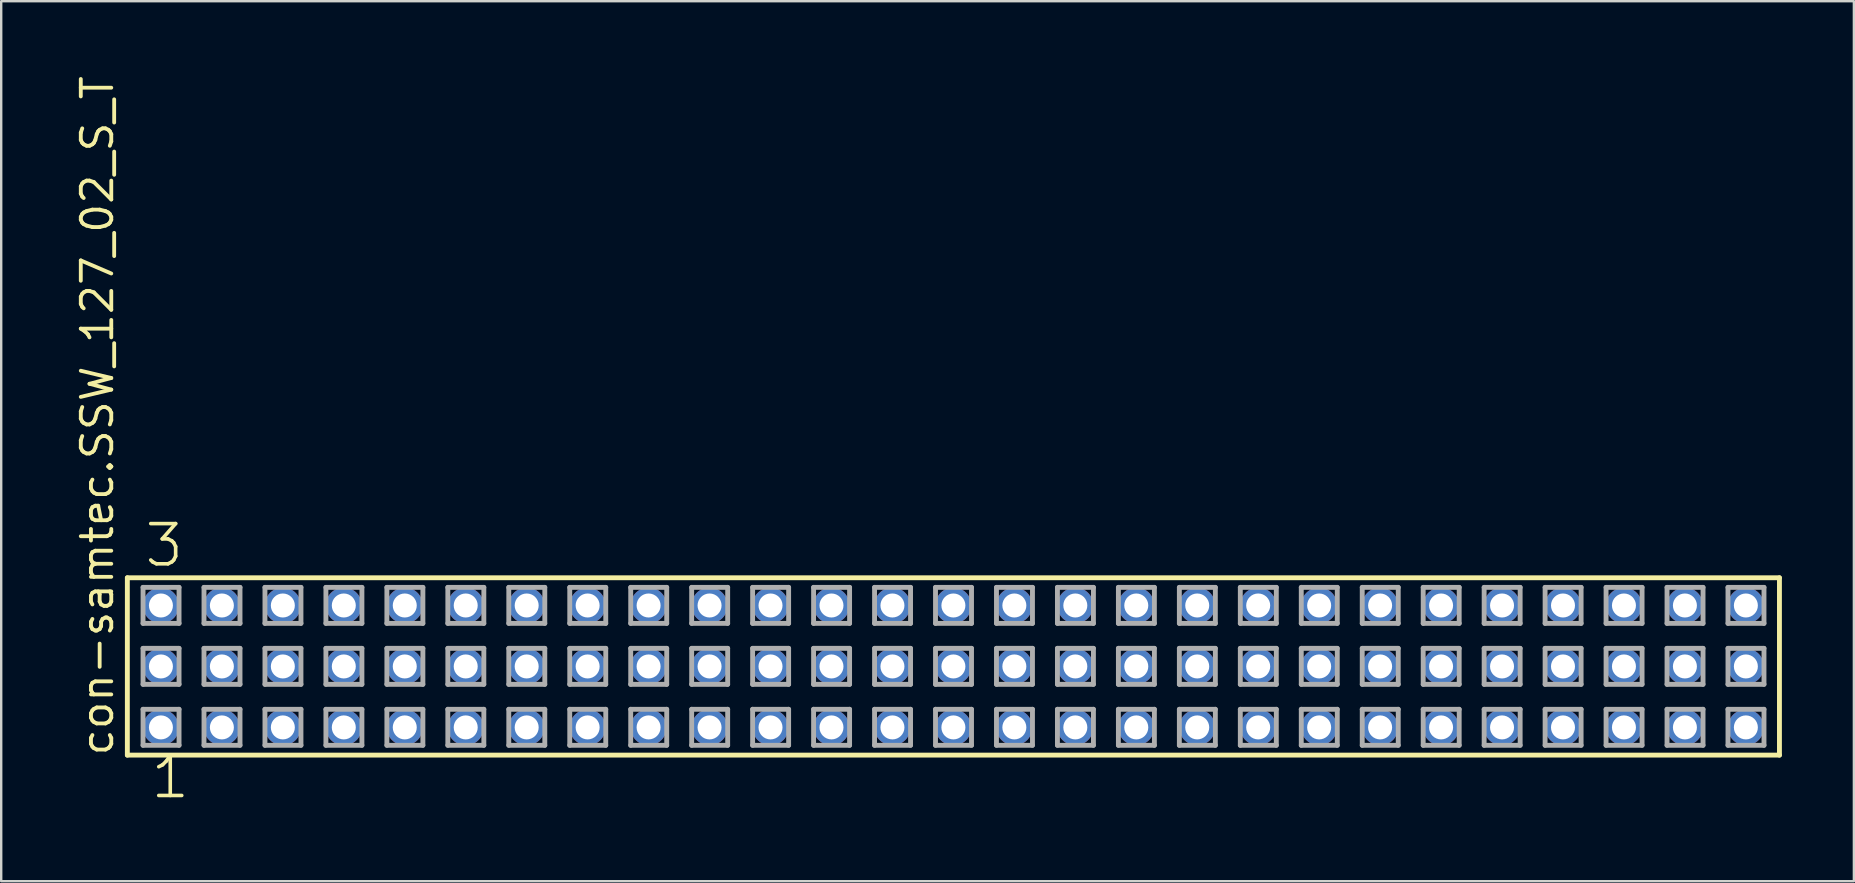
<source format=kicad_pcb>
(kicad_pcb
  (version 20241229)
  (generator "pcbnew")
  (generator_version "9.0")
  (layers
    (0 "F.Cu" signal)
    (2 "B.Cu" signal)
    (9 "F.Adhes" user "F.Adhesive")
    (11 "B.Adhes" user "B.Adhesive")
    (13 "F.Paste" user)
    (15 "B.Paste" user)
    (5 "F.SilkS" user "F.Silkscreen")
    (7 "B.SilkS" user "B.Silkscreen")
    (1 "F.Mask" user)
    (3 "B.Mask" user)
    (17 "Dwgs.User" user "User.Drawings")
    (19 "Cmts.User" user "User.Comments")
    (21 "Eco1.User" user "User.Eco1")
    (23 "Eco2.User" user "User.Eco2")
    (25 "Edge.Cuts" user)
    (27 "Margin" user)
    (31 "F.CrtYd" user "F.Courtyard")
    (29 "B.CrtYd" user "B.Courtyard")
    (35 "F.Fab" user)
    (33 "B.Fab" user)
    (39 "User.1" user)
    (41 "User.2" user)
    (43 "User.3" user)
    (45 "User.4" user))
  (footprint "con-samtec.SSW_127_02_S_T"
    (layer "F.Cu")
    (at 36.675 24.719)
    (property "Reference" "con-samtec.SSW_127_02_S_T" (at -34.925 3.81 90) (layer "F.SilkS") (effects (font (size 1.27 1.27) (thickness 0.16)) (justify left bottom)))
    (attr through_hole)
    (fp_line (start -34.419 -3.695) (end 34.419 -3.695) (stroke (width 0.203) (type default)) (layer "F.SilkS"))
    (fp_line (start -34.419 3.695) (end -34.419 -3.695) (stroke (width 0.203) (type default)) (layer "F.SilkS"))
    (fp_line (start 34.419 -3.695) (end 34.419 3.695) (stroke (width 0.203) (type default)) (layer "F.SilkS"))
    (fp_line (start 34.419 3.695) (end -34.419 3.695) (stroke (width 0.203) (type default)) (layer "F.SilkS"))
    (fp_line (start -33.765 -3.295) (end -32.265 -3.295) (stroke (width 0.203) (type default)) (layer "F.Fab"))
    (fp_line (start -33.765 -1.795) (end -33.765 -3.295) (stroke (width 0.203) (type default)) (layer "F.Fab"))
    (fp_line (start -33.765 -0.755) (end -32.265 -0.755) (stroke (width 0.203) (type default)) (layer "F.Fab"))
    (fp_line (start -33.765 0.745) (end -33.765 -0.755) (stroke (width 0.203) (type default)) (layer "F.Fab"))
    (fp_line (start -33.765 1.785) (end -32.265 1.785) (stroke (width 0.203) (type default)) (layer "F.Fab"))
    (fp_line (start -33.765 3.285) (end -33.765 1.785) (stroke (width 0.203) (type default)) (layer "F.Fab"))
    (fp_line (start -32.265 -3.295) (end -32.265 -1.795) (stroke (width 0.203) (type default)) (layer "F.Fab"))
    (fp_line (start -32.265 -1.795) (end -33.765 -1.795) (stroke (width 0.203) (type default)) (layer "F.Fab"))
    (fp_line (start -32.265 -0.755) (end -32.265 0.745) (stroke (width 0.203) (type default)) (layer "F.Fab"))
    (fp_line (start -32.265 0.745) (end -33.765 0.745) (stroke (width 0.203) (type default)) (layer "F.Fab"))
    (fp_line (start -32.265 1.785) (end -32.265 3.285) (stroke (width 0.203) (type default)) (layer "F.Fab"))
    (fp_line (start -32.265 3.285) (end -33.765 3.285) (stroke (width 0.203) (type default)) (layer "F.Fab"))
    (fp_line (start -31.225 -3.295) (end -29.725 -3.295) (stroke (width 0.203) (type default)) (layer "F.Fab"))
    (fp_line (start -31.225 -1.795) (end -31.225 -3.295) (stroke (width 0.203) (type default)) (layer "F.Fab"))
    (fp_line (start -31.225 -0.755) (end -29.725 -0.755) (stroke (width 0.203) (type default)) (layer "F.Fab"))
    (fp_line (start -31.225 0.745) (end -31.225 -0.755) (stroke (width 0.203) (type default)) (layer "F.Fab"))
    (fp_line (start -31.225 1.785) (end -29.725 1.785) (stroke (width 0.203) (type default)) (layer "F.Fab"))
    (fp_line (start -31.225 3.285) (end -31.225 1.785) (stroke (width 0.203) (type default)) (layer "F.Fab"))
    (fp_line (start -29.725 -3.295) (end -29.725 -1.795) (stroke (width 0.203) (type default)) (layer "F.Fab"))
    (fp_line (start -29.725 -1.795) (end -31.225 -1.795) (stroke (width 0.203) (type default)) (layer "F.Fab"))
    (fp_line (start -29.725 -0.755) (end -29.725 0.745) (stroke (width 0.203) (type default)) (layer "F.Fab"))
    (fp_line (start -29.725 0.745) (end -31.225 0.745) (stroke (width 0.203) (type default)) (layer "F.Fab"))
    (fp_line (start -29.725 1.785) (end -29.725 3.285) (stroke (width 0.203) (type default)) (layer "F.Fab"))
    (fp_line (start -29.725 3.285) (end -31.225 3.285) (stroke (width 0.203) (type default)) (layer "F.Fab"))
    (fp_line (start -28.685 -3.295) (end -27.185 -3.295) (stroke (width 0.203) (type default)) (layer "F.Fab"))
    (fp_line (start -28.685 -1.795) (end -28.685 -3.295) (stroke (width 0.203) (type default)) (layer "F.Fab"))
    (fp_line (start -28.685 -0.755) (end -27.185 -0.755) (stroke (width 0.203) (type default)) (layer "F.Fab"))
    (fp_line (start -28.685 0.745) (end -28.685 -0.755) (stroke (width 0.203) (type default)) (layer "F.Fab"))
    (fp_line (start -28.685 1.785) (end -27.185 1.785) (stroke (width 0.203) (type default)) (layer "F.Fab"))
    (fp_line (start -28.685 3.285) (end -28.685 1.785) (stroke (width 0.203) (type default)) (layer "F.Fab"))
    (fp_line (start -27.185 -3.295) (end -27.185 -1.795) (stroke (width 0.203) (type default)) (layer "F.Fab"))
    (fp_line (start -27.185 -1.795) (end -28.685 -1.795) (stroke (width 0.203) (type default)) (layer "F.Fab"))
    (fp_line (start -27.185 -0.755) (end -27.185 0.745) (stroke (width 0.203) (type default)) (layer "F.Fab"))
    (fp_line (start -27.185 0.745) (end -28.685 0.745) (stroke (width 0.203) (type default)) (layer "F.Fab"))
    (fp_line (start -27.185 1.785) (end -27.185 3.285) (stroke (width 0.203) (type default)) (layer "F.Fab"))
    (fp_line (start -27.185 3.285) (end -28.685 3.285) (stroke (width 0.203) (type default)) (layer "F.Fab"))
    (fp_line (start -26.145 -3.295) (end -24.645 -3.295) (stroke (width 0.203) (type default)) (layer "F.Fab"))
    (fp_line (start -26.145 -1.795) (end -26.145 -3.295) (stroke (width 0.203) (type default)) (layer "F.Fab"))
    (fp_line (start -26.145 -0.755) (end -24.645 -0.755) (stroke (width 0.203) (type default)) (layer "F.Fab"))
    (fp_line (start -26.145 0.745) (end -26.145 -0.755) (stroke (width 0.203) (type default)) (layer "F.Fab"))
    (fp_line (start -26.145 1.785) (end -24.645 1.785) (stroke (width 0.203) (type default)) (layer "F.Fab"))
    (fp_line (start -26.145 3.285) (end -26.145 1.785) (stroke (width 0.203) (type default)) (layer "F.Fab"))
    (fp_line (start -24.645 -3.295) (end -24.645 -1.795) (stroke (width 0.203) (type default)) (layer "F.Fab"))
    (fp_line (start -24.645 -1.795) (end -26.145 -1.795) (stroke (width 0.203) (type default)) (layer "F.Fab"))
    (fp_line (start -24.645 -0.755) (end -24.645 0.745) (stroke (width 0.203) (type default)) (layer "F.Fab"))
    (fp_line (start -24.645 0.745) (end -26.145 0.745) (stroke (width 0.203) (type default)) (layer "F.Fab"))
    (fp_line (start -24.645 1.785) (end -24.645 3.285) (stroke (width 0.203) (type default)) (layer "F.Fab"))
    (fp_line (start -24.645 3.285) (end -26.145 3.285) (stroke (width 0.203) (type default)) (layer "F.Fab"))
    (fp_line (start -23.605 -3.295) (end -22.105 -3.295) (stroke (width 0.203) (type default)) (layer "F.Fab"))
    (fp_line (start -23.605 -1.795) (end -23.605 -3.295) (stroke (width 0.203) (type default)) (layer "F.Fab"))
    (fp_line (start -23.605 -0.755) (end -22.105 -0.755) (stroke (width 0.203) (type default)) (layer "F.Fab"))
    (fp_line (start -23.605 0.745) (end -23.605 -0.755) (stroke (width 0.203) (type default)) (layer "F.Fab"))
    (fp_line (start -23.605 1.785) (end -22.105 1.785) (stroke (width 0.203) (type default)) (layer "F.Fab"))
    (fp_line (start -23.605 3.285) (end -23.605 1.785) (stroke (width 0.203) (type default)) (layer "F.Fab"))
    (fp_line (start -22.105 -3.295) (end -22.105 -1.795) (stroke (width 0.203) (type default)) (layer "F.Fab"))
    (fp_line (start -22.105 -1.795) (end -23.605 -1.795) (stroke (width 0.203) (type default)) (layer "F.Fab"))
    (fp_line (start -22.105 -0.755) (end -22.105 0.745) (stroke (width 0.203) (type default)) (layer "F.Fab"))
    (fp_line (start -22.105 0.745) (end -23.605 0.745) (stroke (width 0.203) (type default)) (layer "F.Fab"))
    (fp_line (start -22.105 1.785) (end -22.105 3.285) (stroke (width 0.203) (type default)) (layer "F.Fab"))
    (fp_line (start -22.105 3.285) (end -23.605 3.285) (stroke (width 0.203) (type default)) (layer "F.Fab"))
    (fp_line (start -21.065 -3.295) (end -19.565 -3.295) (stroke (width 0.203) (type default)) (layer "F.Fab"))
    (fp_line (start -21.065 -1.795) (end -21.065 -3.295) (stroke (width 0.203) (type default)) (layer "F.Fab"))
    (fp_line (start -21.065 -0.755) (end -19.565 -0.755) (stroke (width 0.203) (type default)) (layer "F.Fab"))
    (fp_line (start -21.065 0.745) (end -21.065 -0.755) (stroke (width 0.203) (type default)) (layer "F.Fab"))
    (fp_line (start -21.065 1.785) (end -19.565 1.785) (stroke (width 0.203) (type default)) (layer "F.Fab"))
    (fp_line (start -21.065 3.285) (end -21.065 1.785) (stroke (width 0.203) (type default)) (layer "F.Fab"))
    (fp_line (start -19.565 -3.295) (end -19.565 -1.795) (stroke (width 0.203) (type default)) (layer "F.Fab"))
    (fp_line (start -19.565 -1.795) (end -21.065 -1.795) (stroke (width 0.203) (type default)) (layer "F.Fab"))
    (fp_line (start -19.565 -0.755) (end -19.565 0.745) (stroke (width 0.203) (type default)) (layer "F.Fab"))
    (fp_line (start -19.565 0.745) (end -21.065 0.745) (stroke (width 0.203) (type default)) (layer "F.Fab"))
    (fp_line (start -19.565 1.785) (end -19.565 3.285) (stroke (width 0.203) (type default)) (layer "F.Fab"))
    (fp_line (start -19.565 3.285) (end -21.065 3.285) (stroke (width 0.203) (type default)) (layer "F.Fab"))
    (fp_line (start -18.525 -3.295) (end -17.025 -3.295) (stroke (width 0.203) (type default)) (layer "F.Fab"))
    (fp_line (start -18.525 -1.795) (end -18.525 -3.295) (stroke (width 0.203) (type default)) (layer "F.Fab"))
    (fp_line (start -18.525 -0.755) (end -17.025 -0.755) (stroke (width 0.203) (type default)) (layer "F.Fab"))
    (fp_line (start -18.525 0.745) (end -18.525 -0.755) (stroke (width 0.203) (type default)) (layer "F.Fab"))
    (fp_line (start -18.525 1.785) (end -17.025 1.785) (stroke (width 0.203) (type default)) (layer "F.Fab"))
    (fp_line (start -18.525 3.285) (end -18.525 1.785) (stroke (width 0.203) (type default)) (layer "F.Fab"))
    (fp_line (start -17.025 -3.295) (end -17.025 -1.795) (stroke (width 0.203) (type default)) (layer "F.Fab"))
    (fp_line (start -17.025 -1.795) (end -18.525 -1.795) (stroke (width 0.203) (type default)) (layer "F.Fab"))
    (fp_line (start -17.025 -0.755) (end -17.025 0.745) (stroke (width 0.203) (type default)) (layer "F.Fab"))
    (fp_line (start -17.025 0.745) (end -18.525 0.745) (stroke (width 0.203) (type default)) (layer "F.Fab"))
    (fp_line (start -17.025 1.785) (end -17.025 3.285) (stroke (width 0.203) (type default)) (layer "F.Fab"))
    (fp_line (start -17.025 3.285) (end -18.525 3.285) (stroke (width 0.203) (type default)) (layer "F.Fab"))
    (fp_line (start -15.985 -3.295) (end -14.485 -3.295) (stroke (width 0.203) (type default)) (layer "F.Fab"))
    (fp_line (start -15.985 -1.795) (end -15.985 -3.295) (stroke (width 0.203) (type default)) (layer "F.Fab"))
    (fp_line (start -15.985 -0.755) (end -14.485 -0.755) (stroke (width 0.203) (type default)) (layer "F.Fab"))
    (fp_line (start -15.985 0.745) (end -15.985 -0.755) (stroke (width 0.203) (type default)) (layer "F.Fab"))
    (fp_line (start -15.985 1.785) (end -14.485 1.785) (stroke (width 0.203) (type default)) (layer "F.Fab"))
    (fp_line (start -15.985 3.285) (end -15.985 1.785) (stroke (width 0.203) (type default)) (layer "F.Fab"))
    (fp_line (start -14.485 -3.295) (end -14.485 -1.795) (stroke (width 0.203) (type default)) (layer "F.Fab"))
    (fp_line (start -14.485 -1.795) (end -15.985 -1.795) (stroke (width 0.203) (type default)) (layer "F.Fab"))
    (fp_line (start -14.485 -0.755) (end -14.485 0.745) (stroke (width 0.203) (type default)) (layer "F.Fab"))
    (fp_line (start -14.485 0.745) (end -15.985 0.745) (stroke (width 0.203) (type default)) (layer "F.Fab"))
    (fp_line (start -14.485 1.785) (end -14.485 3.285) (stroke (width 0.203) (type default)) (layer "F.Fab"))
    (fp_line (start -14.485 3.285) (end -15.985 3.285) (stroke (width 0.203) (type default)) (layer "F.Fab"))
    (fp_line (start -13.445 -3.295) (end -11.945 -3.295) (stroke (width 0.203) (type default)) (layer "F.Fab"))
    (fp_line (start -13.445 -1.795) (end -13.445 -3.295) (stroke (width 0.203) (type default)) (layer "F.Fab"))
    (fp_line (start -13.445 -0.755) (end -11.945 -0.755) (stroke (width 0.203) (type default)) (layer "F.Fab"))
    (fp_line (start -13.445 0.745) (end -13.445 -0.755) (stroke (width 0.203) (type default)) (layer "F.Fab"))
    (fp_line (start -13.445 1.785) (end -11.945 1.785) (stroke (width 0.203) (type default)) (layer "F.Fab"))
    (fp_line (start -13.445 3.285) (end -13.445 1.785) (stroke (width 0.203) (type default)) (layer "F.Fab"))
    (fp_line (start -11.945 -3.295) (end -11.945 -1.795) (stroke (width 0.203) (type default)) (layer "F.Fab"))
    (fp_line (start -11.945 -1.795) (end -13.445 -1.795) (stroke (width 0.203) (type default)) (layer "F.Fab"))
    (fp_line (start -11.945 -0.755) (end -11.945 0.745) (stroke (width 0.203) (type default)) (layer "F.Fab"))
    (fp_line (start -11.945 0.745) (end -13.445 0.745) (stroke (width 0.203) (type default)) (layer "F.Fab"))
    (fp_line (start -11.945 1.785) (end -11.945 3.285) (stroke (width 0.203) (type default)) (layer "F.Fab"))
    (fp_line (start -11.945 3.285) (end -13.445 3.285) (stroke (width 0.203) (type default)) (layer "F.Fab"))
    (fp_line (start -10.905 -3.295) (end -9.405 -3.295) (stroke (width 0.203) (type default)) (layer "F.Fab"))
    (fp_line (start -10.905 -1.795) (end -10.905 -3.295) (stroke (width 0.203) (type default)) (layer "F.Fab"))
    (fp_line (start -10.905 -0.755) (end -9.405 -0.755) (stroke (width 0.203) (type default)) (layer "F.Fab"))
    (fp_line (start -10.905 0.745) (end -10.905 -0.755) (stroke (width 0.203) (type default)) (layer "F.Fab"))
    (fp_line (start -10.905 1.785) (end -9.405 1.785) (stroke (width 0.203) (type default)) (layer "F.Fab"))
    (fp_line (start -10.905 3.285) (end -10.905 1.785) (stroke (width 0.203) (type default)) (layer "F.Fab"))
    (fp_line (start -9.405 -3.295) (end -9.405 -1.795) (stroke (width 0.203) (type default)) (layer "F.Fab"))
    (fp_line (start -9.405 -1.795) (end -10.905 -1.795) (stroke (width 0.203) (type default)) (layer "F.Fab"))
    (fp_line (start -9.405 -0.755) (end -9.405 0.745) (stroke (width 0.203) (type default)) (layer "F.Fab"))
    (fp_line (start -9.405 0.745) (end -10.905 0.745) (stroke (width 0.203) (type default)) (layer "F.Fab"))
    (fp_line (start -9.405 1.785) (end -9.405 3.285) (stroke (width 0.203) (type default)) (layer "F.Fab"))
    (fp_line (start -9.405 3.285) (end -10.905 3.285) (stroke (width 0.203) (type default)) (layer "F.Fab"))
    (fp_line (start -8.365 -3.295) (end -6.865 -3.295) (stroke (width 0.203) (type default)) (layer "F.Fab"))
    (fp_line (start -8.365 -1.795) (end -8.365 -3.295) (stroke (width 0.203) (type default)) (layer "F.Fab"))
    (fp_line (start -8.365 -0.755) (end -6.865 -0.755) (stroke (width 0.203) (type default)) (layer "F.Fab"))
    (fp_line (start -8.365 0.745) (end -8.365 -0.755) (stroke (width 0.203) (type default)) (layer "F.Fab"))
    (fp_line (start -8.365 1.785) (end -6.865 1.785) (stroke (width 0.203) (type default)) (layer "F.Fab"))
    (fp_line (start -8.365 3.285) (end -8.365 1.785) (stroke (width 0.203) (type default)) (layer "F.Fab"))
    (fp_line (start -6.865 -3.295) (end -6.865 -1.795) (stroke (width 0.203) (type default)) (layer "F.Fab"))
    (fp_line (start -6.865 -1.795) (end -8.365 -1.795) (stroke (width 0.203) (type default)) (layer "F.Fab"))
    (fp_line (start -6.865 -0.755) (end -6.865 0.745) (stroke (width 0.203) (type default)) (layer "F.Fab"))
    (fp_line (start -6.865 0.745) (end -8.365 0.745) (stroke (width 0.203) (type default)) (layer "F.Fab"))
    (fp_line (start -6.865 1.785) (end -6.865 3.285) (stroke (width 0.203) (type default)) (layer "F.Fab"))
    (fp_line (start -6.865 3.285) (end -8.365 3.285) (stroke (width 0.203) (type default)) (layer "F.Fab"))
    (fp_line (start -5.825 -3.295) (end -4.325 -3.295) (stroke (width 0.203) (type default)) (layer "F.Fab"))
    (fp_line (start -5.825 -1.795) (end -5.825 -3.295) (stroke (width 0.203) (type default)) (layer "F.Fab"))
    (fp_line (start -5.825 -0.755) (end -4.325 -0.755) (stroke (width 0.203) (type default)) (layer "F.Fab"))
    (fp_line (start -5.825 0.745) (end -5.825 -0.755) (stroke (width 0.203) (type default)) (layer "F.Fab"))
    (fp_line (start -5.825 1.785) (end -4.325 1.785) (stroke (width 0.203) (type default)) (layer "F.Fab"))
    (fp_line (start -5.825 3.285) (end -5.825 1.785) (stroke (width 0.203) (type default)) (layer "F.Fab"))
    (fp_line (start -4.325 -3.295) (end -4.325 -1.795) (stroke (width 0.203) (type default)) (layer "F.Fab"))
    (fp_line (start -4.325 -1.795) (end -5.825 -1.795) (stroke (width 0.203) (type default)) (layer "F.Fab"))
    (fp_line (start -4.325 -0.755) (end -4.325 0.745) (stroke (width 0.203) (type default)) (layer "F.Fab"))
    (fp_line (start -4.325 0.745) (end -5.825 0.745) (stroke (width 0.203) (type default)) (layer "F.Fab"))
    (fp_line (start -4.325 1.785) (end -4.325 3.285) (stroke (width 0.203) (type default)) (layer "F.Fab"))
    (fp_line (start -4.325 3.285) (end -5.825 3.285) (stroke (width 0.203) (type default)) (layer "F.Fab"))
    (fp_line (start -3.285 -3.295) (end -1.785 -3.295) (stroke (width 0.203) (type default)) (layer "F.Fab"))
    (fp_line (start -3.285 -1.795) (end -3.285 -3.295) (stroke (width 0.203) (type default)) (layer "F.Fab"))
    (fp_line (start -3.285 -0.755) (end -1.785 -0.755) (stroke (width 0.203) (type default)) (layer "F.Fab"))
    (fp_line (start -3.285 0.745) (end -3.285 -0.755) (stroke (width 0.203) (type default)) (layer "F.Fab"))
    (fp_line (start -3.285 1.785) (end -1.785 1.785) (stroke (width 0.203) (type default)) (layer "F.Fab"))
    (fp_line (start -3.285 3.285) (end -3.285 1.785) (stroke (width 0.203) (type default)) (layer "F.Fab"))
    (fp_line (start -1.785 -3.295) (end -1.785 -1.795) (stroke (width 0.203) (type default)) (layer "F.Fab"))
    (fp_line (start -1.785 -1.795) (end -3.285 -1.795) (stroke (width 0.203) (type default)) (layer "F.Fab"))
    (fp_line (start -1.785 -0.755) (end -1.785 0.745) (stroke (width 0.203) (type default)) (layer "F.Fab"))
    (fp_line (start -1.785 0.745) (end -3.285 0.745) (stroke (width 0.203) (type default)) (layer "F.Fab"))
    (fp_line (start -1.785 1.785) (end -1.785 3.285) (stroke (width 0.203) (type default)) (layer "F.Fab"))
    (fp_line (start -1.785 3.285) (end -3.285 3.285) (stroke (width 0.203) (type default)) (layer "F.Fab"))
    (fp_line (start -0.745 -3.295) (end 0.755 -3.295) (stroke (width 0.203) (type default)) (layer "F.Fab"))
    (fp_line (start -0.745 -1.795) (end -0.745 -3.295) (stroke (width 0.203) (type default)) (layer "F.Fab"))
    (fp_line (start -0.745 -0.755) (end 0.755 -0.755) (stroke (width 0.203) (type default)) (layer "F.Fab"))
    (fp_line (start -0.745 0.745) (end -0.745 -0.755) (stroke (width 0.203) (type default)) (layer "F.Fab"))
    (fp_line (start -0.745 1.785) (end 0.755 1.785) (stroke (width 0.203) (type default)) (layer "F.Fab"))
    (fp_line (start -0.745 3.285) (end -0.745 1.785) (stroke (width 0.203) (type default)) (layer "F.Fab"))
    (fp_line (start 0.755 -3.295) (end 0.755 -1.795) (stroke (width 0.203) (type default)) (layer "F.Fab"))
    (fp_line (start 0.755 -1.795) (end -0.745 -1.795) (stroke (width 0.203) (type default)) (layer "F.Fab"))
    (fp_line (start 0.755 -0.755) (end 0.755 0.745) (stroke (width 0.203) (type default)) (layer "F.Fab"))
    (fp_line (start 0.755 0.745) (end -0.745 0.745) (stroke (width 0.203) (type default)) (layer "F.Fab"))
    (fp_line (start 0.755 1.785) (end 0.755 3.285) (stroke (width 0.203) (type default)) (layer "F.Fab"))
    (fp_line (start 0.755 3.285) (end -0.745 3.285) (stroke (width 0.203) (type default)) (layer "F.Fab"))
    (fp_line (start 1.795 -3.295) (end 3.295 -3.295) (stroke (width 0.203) (type default)) (layer "F.Fab"))
    (fp_line (start 1.795 -1.795) (end 1.795 -3.295) (stroke (width 0.203) (type default)) (layer "F.Fab"))
    (fp_line (start 1.795 -0.755) (end 3.295 -0.755) (stroke (width 0.203) (type default)) (layer "F.Fab"))
    (fp_line (start 1.795 0.745) (end 1.795 -0.755) (stroke (width 0.203) (type default)) (layer "F.Fab"))
    (fp_line (start 1.795 1.785) (end 3.295 1.785) (stroke (width 0.203) (type default)) (layer "F.Fab"))
    (fp_line (start 1.795 3.285) (end 1.795 1.785) (stroke (width 0.203) (type default)) (layer "F.Fab"))
    (fp_line (start 3.295 -3.295) (end 3.295 -1.795) (stroke (width 0.203) (type default)) (layer "F.Fab"))
    (fp_line (start 3.295 -1.795) (end 1.795 -1.795) (stroke (width 0.203) (type default)) (layer "F.Fab"))
    (fp_line (start 3.295 -0.755) (end 3.295 0.745) (stroke (width 0.203) (type default)) (layer "F.Fab"))
    (fp_line (start 3.295 0.745) (end 1.795 0.745) (stroke (width 0.203) (type default)) (layer "F.Fab"))
    (fp_line (start 3.295 1.785) (end 3.295 3.285) (stroke (width 0.203) (type default)) (layer "F.Fab"))
    (fp_line (start 3.295 3.285) (end 1.795 3.285) (stroke (width 0.203) (type default)) (layer "F.Fab"))
    (fp_line (start 4.335 -3.295) (end 5.835 -3.295) (stroke (width 0.203) (type default)) (layer "F.Fab"))
    (fp_line (start 4.335 -1.795) (end 4.335 -3.295) (stroke (width 0.203) (type default)) (layer "F.Fab"))
    (fp_line (start 4.335 -0.755) (end 5.835 -0.755) (stroke (width 0.203) (type default)) (layer "F.Fab"))
    (fp_line (start 4.335 0.745) (end 4.335 -0.755) (stroke (width 0.203) (type default)) (layer "F.Fab"))
    (fp_line (start 4.335 1.785) (end 5.835 1.785) (stroke (width 0.203) (type default)) (layer "F.Fab"))
    (fp_line (start 4.335 3.285) (end 4.335 1.785) (stroke (width 0.203) (type default)) (layer "F.Fab"))
    (fp_line (start 5.835 -3.295) (end 5.835 -1.795) (stroke (width 0.203) (type default)) (layer "F.Fab"))
    (fp_line (start 5.835 -1.795) (end 4.335 -1.795) (stroke (width 0.203) (type default)) (layer "F.Fab"))
    (fp_line (start 5.835 -0.755) (end 5.835 0.745) (stroke (width 0.203) (type default)) (layer "F.Fab"))
    (fp_line (start 5.835 0.745) (end 4.335 0.745) (stroke (width 0.203) (type default)) (layer "F.Fab"))
    (fp_line (start 5.835 1.785) (end 5.835 3.285) (stroke (width 0.203) (type default)) (layer "F.Fab"))
    (fp_line (start 5.835 3.285) (end 4.335 3.285) (stroke (width 0.203) (type default)) (layer "F.Fab"))
    (fp_line (start 6.875 -3.295) (end 8.375 -3.295) (stroke (width 0.203) (type default)) (layer "F.Fab"))
    (fp_line (start 6.875 -1.795) (end 6.875 -3.295) (stroke (width 0.203) (type default)) (layer "F.Fab"))
    (fp_line (start 6.875 -0.755) (end 8.375 -0.755) (stroke (width 0.203) (type default)) (layer "F.Fab"))
    (fp_line (start 6.875 0.745) (end 6.875 -0.755) (stroke (width 0.203) (type default)) (layer "F.Fab"))
    (fp_line (start 6.875 1.785) (end 8.375 1.785) (stroke (width 0.203) (type default)) (layer "F.Fab"))
    (fp_line (start 6.875 3.285) (end 6.875 1.785) (stroke (width 0.203) (type default)) (layer "F.Fab"))
    (fp_line (start 8.375 -3.295) (end 8.375 -1.795) (stroke (width 0.203) (type default)) (layer "F.Fab"))
    (fp_line (start 8.375 -1.795) (end 6.875 -1.795) (stroke (width 0.203) (type default)) (layer "F.Fab"))
    (fp_line (start 8.375 -0.755) (end 8.375 0.745) (stroke (width 0.203) (type default)) (layer "F.Fab"))
    (fp_line (start 8.375 0.745) (end 6.875 0.745) (stroke (width 0.203) (type default)) (layer "F.Fab"))
    (fp_line (start 8.375 1.785) (end 8.375 3.285) (stroke (width 0.203) (type default)) (layer "F.Fab"))
    (fp_line (start 8.375 3.285) (end 6.875 3.285) (stroke (width 0.203) (type default)) (layer "F.Fab"))
    (fp_line (start 9.415 -3.295) (end 10.915 -3.295) (stroke (width 0.203) (type default)) (layer "F.Fab"))
    (fp_line (start 9.415 -1.795) (end 9.415 -3.295) (stroke (width 0.203) (type default)) (layer "F.Fab"))
    (fp_line (start 9.415 -0.755) (end 10.915 -0.755) (stroke (width 0.203) (type default)) (layer "F.Fab"))
    (fp_line (start 9.415 0.745) (end 9.415 -0.755) (stroke (width 0.203) (type default)) (layer "F.Fab"))
    (fp_line (start 9.415 1.785) (end 10.915 1.785) (stroke (width 0.203) (type default)) (layer "F.Fab"))
    (fp_line (start 9.415 3.285) (end 9.415 1.785) (stroke (width 0.203) (type default)) (layer "F.Fab"))
    (fp_line (start 10.915 -3.295) (end 10.915 -1.795) (stroke (width 0.203) (type default)) (layer "F.Fab"))
    (fp_line (start 10.915 -1.795) (end 9.415 -1.795) (stroke (width 0.203) (type default)) (layer "F.Fab"))
    (fp_line (start 10.915 -0.755) (end 10.915 0.745) (stroke (width 0.203) (type default)) (layer "F.Fab"))
    (fp_line (start 10.915 0.745) (end 9.415 0.745) (stroke (width 0.203) (type default)) (layer "F.Fab"))
    (fp_line (start 10.915 1.785) (end 10.915 3.285) (stroke (width 0.203) (type default)) (layer "F.Fab"))
    (fp_line (start 10.915 3.285) (end 9.415 3.285) (stroke (width 0.203) (type default)) (layer "F.Fab"))
    (fp_line (start 11.955 -3.295) (end 13.455 -3.295) (stroke (width 0.203) (type default)) (layer "F.Fab"))
    (fp_line (start 11.955 -1.795) (end 11.955 -3.295) (stroke (width 0.203) (type default)) (layer "F.Fab"))
    (fp_line (start 11.955 -0.755) (end 13.455 -0.755) (stroke (width 0.203) (type default)) (layer "F.Fab"))
    (fp_line (start 11.955 0.745) (end 11.955 -0.755) (stroke (width 0.203) (type default)) (layer "F.Fab"))
    (fp_line (start 11.955 1.785) (end 13.455 1.785) (stroke (width 0.203) (type default)) (layer "F.Fab"))
    (fp_line (start 11.955 3.285) (end 11.955 1.785) (stroke (width 0.203) (type default)) (layer "F.Fab"))
    (fp_line (start 13.455 -3.295) (end 13.455 -1.795) (stroke (width 0.203) (type default)) (layer "F.Fab"))
    (fp_line (start 13.455 -1.795) (end 11.955 -1.795) (stroke (width 0.203) (type default)) (layer "F.Fab"))
    (fp_line (start 13.455 -0.755) (end 13.455 0.745) (stroke (width 0.203) (type default)) (layer "F.Fab"))
    (fp_line (start 13.455 0.745) (end 11.955 0.745) (stroke (width 0.203) (type default)) (layer "F.Fab"))
    (fp_line (start 13.455 1.785) (end 13.455 3.285) (stroke (width 0.203) (type default)) (layer "F.Fab"))
    (fp_line (start 13.455 3.285) (end 11.955 3.285) (stroke (width 0.203) (type default)) (layer "F.Fab"))
    (fp_line (start 14.495 -3.295) (end 15.995 -3.295) (stroke (width 0.203) (type default)) (layer "F.Fab"))
    (fp_line (start 14.495 -1.795) (end 14.495 -3.295) (stroke (width 0.203) (type default)) (layer "F.Fab"))
    (fp_line (start 14.495 -0.755) (end 15.995 -0.755) (stroke (width 0.203) (type default)) (layer "F.Fab"))
    (fp_line (start 14.495 0.745) (end 14.495 -0.755) (stroke (width 0.203) (type default)) (layer "F.Fab"))
    (fp_line (start 14.495 1.785) (end 15.995 1.785) (stroke (width 0.203) (type default)) (layer "F.Fab"))
    (fp_line (start 14.495 3.285) (end 14.495 1.785) (stroke (width 0.203) (type default)) (layer "F.Fab"))
    (fp_line (start 15.995 -3.295) (end 15.995 -1.795) (stroke (width 0.203) (type default)) (layer "F.Fab"))
    (fp_line (start 15.995 -1.795) (end 14.495 -1.795) (stroke (width 0.203) (type default)) (layer "F.Fab"))
    (fp_line (start 15.995 -0.755) (end 15.995 0.745) (stroke (width 0.203) (type default)) (layer "F.Fab"))
    (fp_line (start 15.995 0.745) (end 14.495 0.745) (stroke (width 0.203) (type default)) (layer "F.Fab"))
    (fp_line (start 15.995 1.785) (end 15.995 3.285) (stroke (width 0.203) (type default)) (layer "F.Fab"))
    (fp_line (start 15.995 3.285) (end 14.495 3.285) (stroke (width 0.203) (type default)) (layer "F.Fab"))
    (fp_line (start 17.035 -3.295) (end 18.535 -3.295) (stroke (width 0.203) (type default)) (layer "F.Fab"))
    (fp_line (start 17.035 -1.795) (end 17.035 -3.295) (stroke (width 0.203) (type default)) (layer "F.Fab"))
    (fp_line (start 17.035 -0.755) (end 18.535 -0.755) (stroke (width 0.203) (type default)) (layer "F.Fab"))
    (fp_line (start 17.035 0.745) (end 17.035 -0.755) (stroke (width 0.203) (type default)) (layer "F.Fab"))
    (fp_line (start 17.035 1.785) (end 18.535 1.785) (stroke (width 0.203) (type default)) (layer "F.Fab"))
    (fp_line (start 17.035 3.285) (end 17.035 1.785) (stroke (width 0.203) (type default)) (layer "F.Fab"))
    (fp_line (start 18.535 -3.295) (end 18.535 -1.795) (stroke (width 0.203) (type default)) (layer "F.Fab"))
    (fp_line (start 18.535 -1.795) (end 17.035 -1.795) (stroke (width 0.203) (type default)) (layer "F.Fab"))
    (fp_line (start 18.535 -0.755) (end 18.535 0.745) (stroke (width 0.203) (type default)) (layer "F.Fab"))
    (fp_line (start 18.535 0.745) (end 17.035 0.745) (stroke (width 0.203) (type default)) (layer "F.Fab"))
    (fp_line (start 18.535 1.785) (end 18.535 3.285) (stroke (width 0.203) (type default)) (layer "F.Fab"))
    (fp_line (start 18.535 3.285) (end 17.035 3.285) (stroke (width 0.203) (type default)) (layer "F.Fab"))
    (fp_line (start 19.575 -3.295) (end 21.075 -3.295) (stroke (width 0.203) (type default)) (layer "F.Fab"))
    (fp_line (start 19.575 -1.795) (end 19.575 -3.295) (stroke (width 0.203) (type default)) (layer "F.Fab"))
    (fp_line (start 19.575 -0.755) (end 21.075 -0.755) (stroke (width 0.203) (type default)) (layer "F.Fab"))
    (fp_line (start 19.575 0.745) (end 19.575 -0.755) (stroke (width 0.203) (type default)) (layer "F.Fab"))
    (fp_line (start 19.575 1.785) (end 21.075 1.785) (stroke (width 0.203) (type default)) (layer "F.Fab"))
    (fp_line (start 19.575 3.285) (end 19.575 1.785) (stroke (width 0.203) (type default)) (layer "F.Fab"))
    (fp_line (start 21.075 -3.295) (end 21.075 -1.795) (stroke (width 0.203) (type default)) (layer "F.Fab"))
    (fp_line (start 21.075 -1.795) (end 19.575 -1.795) (stroke (width 0.203) (type default)) (layer "F.Fab"))
    (fp_line (start 21.075 -0.755) (end 21.075 0.745) (stroke (width 0.203) (type default)) (layer "F.Fab"))
    (fp_line (start 21.075 0.745) (end 19.575 0.745) (stroke (width 0.203) (type default)) (layer "F.Fab"))
    (fp_line (start 21.075 1.785) (end 21.075 3.285) (stroke (width 0.203) (type default)) (layer "F.Fab"))
    (fp_line (start 21.075 3.285) (end 19.575 3.285) (stroke (width 0.203) (type default)) (layer "F.Fab"))
    (fp_line (start 22.115 -3.295) (end 23.615 -3.295) (stroke (width 0.203) (type default)) (layer "F.Fab"))
    (fp_line (start 22.115 -1.795) (end 22.115 -3.295) (stroke (width 0.203) (type default)) (layer "F.Fab"))
    (fp_line (start 22.115 -0.755) (end 23.615 -0.755) (stroke (width 0.203) (type default)) (layer "F.Fab"))
    (fp_line (start 22.115 0.745) (end 22.115 -0.755) (stroke (width 0.203) (type default)) (layer "F.Fab"))
    (fp_line (start 22.115 1.785) (end 23.615 1.785) (stroke (width 0.203) (type default)) (layer "F.Fab"))
    (fp_line (start 22.115 3.285) (end 22.115 1.785) (stroke (width 0.203) (type default)) (layer "F.Fab"))
    (fp_line (start 23.615 -3.295) (end 23.615 -1.795) (stroke (width 0.203) (type default)) (layer "F.Fab"))
    (fp_line (start 23.615 -1.795) (end 22.115 -1.795) (stroke (width 0.203) (type default)) (layer "F.Fab"))
    (fp_line (start 23.615 -0.755) (end 23.615 0.745) (stroke (width 0.203) (type default)) (layer "F.Fab"))
    (fp_line (start 23.615 0.745) (end 22.115 0.745) (stroke (width 0.203) (type default)) (layer "F.Fab"))
    (fp_line (start 23.615 1.785) (end 23.615 3.285) (stroke (width 0.203) (type default)) (layer "F.Fab"))
    (fp_line (start 23.615 3.285) (end 22.115 3.285) (stroke (width 0.203) (type default)) (layer "F.Fab"))
    (fp_line (start 24.655 -3.295) (end 26.155 -3.295) (stroke (width 0.203) (type default)) (layer "F.Fab"))
    (fp_line (start 24.655 -1.795) (end 24.655 -3.295) (stroke (width 0.203) (type default)) (layer "F.Fab"))
    (fp_line (start 24.655 -0.755) (end 26.155 -0.755) (stroke (width 0.203) (type default)) (layer "F.Fab"))
    (fp_line (start 24.655 0.745) (end 24.655 -0.755) (stroke (width 0.203) (type default)) (layer "F.Fab"))
    (fp_line (start 24.655 1.785) (end 26.155 1.785) (stroke (width 0.203) (type default)) (layer "F.Fab"))
    (fp_line (start 24.655 3.285) (end 24.655 1.785) (stroke (width 0.203) (type default)) (layer "F.Fab"))
    (fp_line (start 26.155 -3.295) (end 26.155 -1.795) (stroke (width 0.203) (type default)) (layer "F.Fab"))
    (fp_line (start 26.155 -1.795) (end 24.655 -1.795) (stroke (width 0.203) (type default)) (layer "F.Fab"))
    (fp_line (start 26.155 -0.755) (end 26.155 0.745) (stroke (width 0.203) (type default)) (layer "F.Fab"))
    (fp_line (start 26.155 0.745) (end 24.655 0.745) (stroke (width 0.203) (type default)) (layer "F.Fab"))
    (fp_line (start 26.155 1.785) (end 26.155 3.285) (stroke (width 0.203) (type default)) (layer "F.Fab"))
    (fp_line (start 26.155 3.285) (end 24.655 3.285) (stroke (width 0.203) (type default)) (layer "F.Fab"))
    (fp_line (start 27.195 -3.295) (end 28.695 -3.295) (stroke (width 0.203) (type default)) (layer "F.Fab"))
    (fp_line (start 27.195 -1.795) (end 27.195 -3.295) (stroke (width 0.203) (type default)) (layer "F.Fab"))
    (fp_line (start 27.195 -0.755) (end 28.695 -0.755) (stroke (width 0.203) (type default)) (layer "F.Fab"))
    (fp_line (start 27.195 0.745) (end 27.195 -0.755) (stroke (width 0.203) (type default)) (layer "F.Fab"))
    (fp_line (start 27.195 1.785) (end 28.695 1.785) (stroke (width 0.203) (type default)) (layer "F.Fab"))
    (fp_line (start 27.195 3.285) (end 27.195 1.785) (stroke (width 0.203) (type default)) (layer "F.Fab"))
    (fp_line (start 28.695 -3.295) (end 28.695 -1.795) (stroke (width 0.203) (type default)) (layer "F.Fab"))
    (fp_line (start 28.695 -1.795) (end 27.195 -1.795) (stroke (width 0.203) (type default)) (layer "F.Fab"))
    (fp_line (start 28.695 -0.755) (end 28.695 0.745) (stroke (width 0.203) (type default)) (layer "F.Fab"))
    (fp_line (start 28.695 0.745) (end 27.195 0.745) (stroke (width 0.203) (type default)) (layer "F.Fab"))
    (fp_line (start 28.695 1.785) (end 28.695 3.285) (stroke (width 0.203) (type default)) (layer "F.Fab"))
    (fp_line (start 28.695 3.285) (end 27.195 3.285) (stroke (width 0.203) (type default)) (layer "F.Fab"))
    (fp_line (start 29.735 -3.295) (end 31.235 -3.295) (stroke (width 0.203) (type default)) (layer "F.Fab"))
    (fp_line (start 29.735 -1.795) (end 29.735 -3.295) (stroke (width 0.203) (type default)) (layer "F.Fab"))
    (fp_line (start 29.735 -0.755) (end 31.235 -0.755) (stroke (width 0.203) (type default)) (layer "F.Fab"))
    (fp_line (start 29.735 0.745) (end 29.735 -0.755) (stroke (width 0.203) (type default)) (layer "F.Fab"))
    (fp_line (start 29.735 1.785) (end 31.235 1.785) (stroke (width 0.203) (type default)) (layer "F.Fab"))
    (fp_line (start 29.735 3.285) (end 29.735 1.785) (stroke (width 0.203) (type default)) (layer "F.Fab"))
    (fp_line (start 31.235 -3.295) (end 31.235 -1.795) (stroke (width 0.203) (type default)) (layer "F.Fab"))
    (fp_line (start 31.235 -1.795) (end 29.735 -1.795) (stroke (width 0.203) (type default)) (layer "F.Fab"))
    (fp_line (start 31.235 -0.755) (end 31.235 0.745) (stroke (width 0.203) (type default)) (layer "F.Fab"))
    (fp_line (start 31.235 0.745) (end 29.735 0.745) (stroke (width 0.203) (type default)) (layer "F.Fab"))
    (fp_line (start 31.235 1.785) (end 31.235 3.285) (stroke (width 0.203) (type default)) (layer "F.Fab"))
    (fp_line (start 31.235 3.285) (end 29.735 3.285) (stroke (width 0.203) (type default)) (layer "F.Fab"))
    (fp_line (start 32.275 -3.295) (end 33.775 -3.295) (stroke (width 0.203) (type default)) (layer "F.Fab"))
    (fp_line (start 32.275 -1.795) (end 32.275 -3.295) (stroke (width 0.203) (type default)) (layer "F.Fab"))
    (fp_line (start 32.275 -0.755) (end 33.775 -0.755) (stroke (width 0.203) (type default)) (layer "F.Fab"))
    (fp_line (start 32.275 0.745) (end 32.275 -0.755) (stroke (width 0.203) (type default)) (layer "F.Fab"))
    (fp_line (start 32.275 1.785) (end 33.775 1.785) (stroke (width 0.203) (type default)) (layer "F.Fab"))
    (fp_line (start 32.275 3.285) (end 32.275 1.785) (stroke (width 0.203) (type default)) (layer "F.Fab"))
    (fp_line (start 33.775 -3.295) (end 33.775 -1.795) (stroke (width 0.203) (type default)) (layer "F.Fab"))
    (fp_line (start 33.775 -1.795) (end 32.275 -1.795) (stroke (width 0.203) (type default)) (layer "F.Fab"))
    (fp_line (start 33.775 -0.755) (end 33.775 0.745) (stroke (width 0.203) (type default)) (layer "F.Fab"))
    (fp_line (start 33.775 0.745) (end 32.275 0.745) (stroke (width 0.203) (type default)) (layer "F.Fab"))
    (fp_line (start 33.775 1.785) (end 33.775 3.285) (stroke (width 0.203) (type default)) (layer "F.Fab"))
    (fp_line (start 33.775 3.285) (end 32.275 3.285) (stroke (width 0.203) (type default)) (layer "F.Fab"))
    (fp_text user "3" (at -33.782 -4.064 0) (layer "F.SilkS") (effects (font (size 1.676 1.676) (thickness 0.15)) (justify left bottom)))
    (fp_text user "1" (at -33.528 5.588 0) (layer "F.SilkS") (effects (font (size 1.676 1.676) (thickness 0.15)) (justify left bottom)))
    (pad "1" thru_hole circle (at -33.02 2.54) (size 1.5 1.5) (drill 1) (layers "*.Cu" "*.Mask"))
    (pad "2" thru_hole circle (at -33.02 0) (size 1.5 1.5) (drill 1) (layers "*.Cu" "*.Mask"))
    (pad "3" thru_hole circle (at -33.02 -2.54) (size 1.5 1.5) (drill 1) (layers "*.Cu" "*.Mask"))
    (pad "4" thru_hole circle (at -30.48 2.54) (size 1.5 1.5) (drill 1) (layers "*.Cu" "*.Mask"))
    (pad "5" thru_hole circle (at -30.48 0) (size 1.5 1.5) (drill 1) (layers "*.Cu" "*.Mask"))
    (pad "6" thru_hole circle (at -30.48 -2.54) (size 1.5 1.5) (drill 1) (layers "*.Cu" "*.Mask"))
    (pad "7" thru_hole circle (at -27.94 2.54) (size 1.5 1.5) (drill 1) (layers "*.Cu" "*.Mask"))
    (pad "8" thru_hole circle (at -27.94 0) (size 1.5 1.5) (drill 1) (layers "*.Cu" "*.Mask"))
    (pad "9" thru_hole circle (at -27.94 -2.54) (size 1.5 1.5) (drill 1) (layers "*.Cu" "*.Mask"))
    (pad "10" thru_hole circle (at -25.4 2.54) (size 1.5 1.5) (drill 1) (layers "*.Cu" "*.Mask"))
    (pad "11" thru_hole circle (at -25.4 0) (size 1.5 1.5) (drill 1) (layers "*.Cu" "*.Mask"))
    (pad "12" thru_hole circle (at -25.4 -2.54) (size 1.5 1.5) (drill 1) (layers "*.Cu" "*.Mask"))
    (pad "13" thru_hole circle (at -22.86 2.54) (size 1.5 1.5) (drill 1) (layers "*.Cu" "*.Mask"))
    (pad "14" thru_hole circle (at -22.86 0) (size 1.5 1.5) (drill 1) (layers "*.Cu" "*.Mask"))
    (pad "15" thru_hole circle (at -22.86 -2.54) (size 1.5 1.5) (drill 1) (layers "*.Cu" "*.Mask"))
    (pad "16" thru_hole circle (at -20.32 2.54) (size 1.5 1.5) (drill 1) (layers "*.Cu" "*.Mask"))
    (pad "17" thru_hole circle (at -20.32 0) (size 1.5 1.5) (drill 1) (layers "*.Cu" "*.Mask"))
    (pad "18" thru_hole circle (at -20.32 -2.54) (size 1.5 1.5) (drill 1) (layers "*.Cu" "*.Mask"))
    (pad "19" thru_hole circle (at -17.78 2.54) (size 1.5 1.5) (drill 1) (layers "*.Cu" "*.Mask"))
    (pad "20" thru_hole circle (at -17.78 0) (size 1.5 1.5) (drill 1) (layers "*.Cu" "*.Mask"))
    (pad "21" thru_hole circle (at -17.78 -2.54) (size 1.5 1.5) (drill 1) (layers "*.Cu" "*.Mask"))
    (pad "22" thru_hole circle (at -15.24 2.54) (size 1.5 1.5) (drill 1) (layers "*.Cu" "*.Mask"))
    (pad "23" thru_hole circle (at -15.24 0) (size 1.5 1.5) (drill 1) (layers "*.Cu" "*.Mask"))
    (pad "24" thru_hole circle (at -15.24 -2.54) (size 1.5 1.5) (drill 1) (layers "*.Cu" "*.Mask"))
    (pad "25" thru_hole circle (at -12.7 2.54) (size 1.5 1.5) (drill 1) (layers "*.Cu" "*.Mask"))
    (pad "26" thru_hole circle (at -12.7 0) (size 1.5 1.5) (drill 1) (layers "*.Cu" "*.Mask"))
    (pad "27" thru_hole circle (at -12.7 -2.54) (size 1.5 1.5) (drill 1) (layers "*.Cu" "*.Mask"))
    (pad "28" thru_hole circle (at -10.16 2.54) (size 1.5 1.5) (drill 1) (layers "*.Cu" "*.Mask"))
    (pad "29" thru_hole circle (at -10.16 0) (size 1.5 1.5) (drill 1) (layers "*.Cu" "*.Mask"))
    (pad "30" thru_hole circle (at -10.16 -2.54) (size 1.5 1.5) (drill 1) (layers "*.Cu" "*.Mask"))
    (pad "31" thru_hole circle (at -7.62 2.54) (size 1.5 1.5) (drill 1) (layers "*.Cu" "*.Mask"))
    (pad "32" thru_hole circle (at -7.62 0) (size 1.5 1.5) (drill 1) (layers "*.Cu" "*.Mask"))
    (pad "33" thru_hole circle (at -7.62 -2.54) (size 1.5 1.5) (drill 1) (layers "*.Cu" "*.Mask"))
    (pad "34" thru_hole circle (at -5.08 2.54) (size 1.5 1.5) (drill 1) (layers "*.Cu" "*.Mask"))
    (pad "35" thru_hole circle (at -5.08 0) (size 1.5 1.5) (drill 1) (layers "*.Cu" "*.Mask"))
    (pad "36" thru_hole circle (at -5.08 -2.54) (size 1.5 1.5) (drill 1) (layers "*.Cu" "*.Mask"))
    (pad "37" thru_hole circle (at -2.54 2.54) (size 1.5 1.5) (drill 1) (layers "*.Cu" "*.Mask"))
    (pad "38" thru_hole circle (at -2.54 0) (size 1.5 1.5) (drill 1) (layers "*.Cu" "*.Mask"))
    (pad "39" thru_hole circle (at -2.54 -2.54) (size 1.5 1.5) (drill 1) (layers "*.Cu" "*.Mask"))
    (pad "40" thru_hole circle (at 0 2.54) (size 1.5 1.5) (drill 1) (layers "*.Cu" "*.Mask"))
    (pad "41" thru_hole circle (at 0 0) (size 1.5 1.5) (drill 1) (layers "*.Cu" "*.Mask"))
    (pad "42" thru_hole circle (at 0 -2.54) (size 1.5 1.5) (drill 1) (layers "*.Cu" "*.Mask"))
    (pad "43" thru_hole circle (at 2.54 2.54) (size 1.5 1.5) (drill 1) (layers "*.Cu" "*.Mask"))
    (pad "44" thru_hole circle (at 2.54 0) (size 1.5 1.5) (drill 1) (layers "*.Cu" "*.Mask"))
    (pad "45" thru_hole circle (at 2.54 -2.54) (size 1.5 1.5) (drill 1) (layers "*.Cu" "*.Mask"))
    (pad "46" thru_hole circle (at 5.08 2.54) (size 1.5 1.5) (drill 1) (layers "*.Cu" "*.Mask"))
    (pad "47" thru_hole circle (at 5.08 0) (size 1.5 1.5) (drill 1) (layers "*.Cu" "*.Mask"))
    (pad "48" thru_hole circle (at 5.08 -2.54) (size 1.5 1.5) (drill 1) (layers "*.Cu" "*.Mask"))
    (pad "49" thru_hole circle (at 7.62 2.54) (size 1.5 1.5) (drill 1) (layers "*.Cu" "*.Mask"))
    (pad "50" thru_hole circle (at 7.62 0) (size 1.5 1.5) (drill 1) (layers "*.Cu" "*.Mask"))
    (pad "51" thru_hole circle (at 7.62 -2.54) (size 1.5 1.5) (drill 1) (layers "*.Cu" "*.Mask"))
    (pad "52" thru_hole circle (at 10.16 2.54) (size 1.5 1.5) (drill 1) (layers "*.Cu" "*.Mask"))
    (pad "53" thru_hole circle (at 10.16 0) (size 1.5 1.5) (drill 1) (layers "*.Cu" "*.Mask"))
    (pad "54" thru_hole circle (at 10.16 -2.54) (size 1.5 1.5) (drill 1) (layers "*.Cu" "*.Mask"))
    (pad "55" thru_hole circle (at 12.7 2.54) (size 1.5 1.5) (drill 1) (layers "*.Cu" "*.Mask"))
    (pad "56" thru_hole circle (at 12.7 0) (size 1.5 1.5) (drill 1) (layers "*.Cu" "*.Mask"))
    (pad "57" thru_hole circle (at 12.7 -2.54) (size 1.5 1.5) (drill 1) (layers "*.Cu" "*.Mask"))
    (pad "58" thru_hole circle (at 15.24 2.54) (size 1.5 1.5) (drill 1) (layers "*.Cu" "*.Mask"))
    (pad "59" thru_hole circle (at 15.24 0) (size 1.5 1.5) (drill 1) (layers "*.Cu" "*.Mask"))
    (pad "60" thru_hole circle (at 15.24 -2.54) (size 1.5 1.5) (drill 1) (layers "*.Cu" "*.Mask"))
    (pad "61" thru_hole circle (at 17.78 2.54) (size 1.5 1.5) (drill 1) (layers "*.Cu" "*.Mask"))
    (pad "62" thru_hole circle (at 17.78 0) (size 1.5 1.5) (drill 1) (layers "*.Cu" "*.Mask"))
    (pad "63" thru_hole circle (at 17.78 -2.54) (size 1.5 1.5) (drill 1) (layers "*.Cu" "*.Mask"))
    (pad "64" thru_hole circle (at 20.32 2.54) (size 1.5 1.5) (drill 1) (layers "*.Cu" "*.Mask"))
    (pad "65" thru_hole circle (at 20.32 0) (size 1.5 1.5) (drill 1) (layers "*.Cu" "*.Mask"))
    (pad "66" thru_hole circle (at 20.32 -2.54) (size 1.5 1.5) (drill 1) (layers "*.Cu" "*.Mask"))
    (pad "67" thru_hole circle (at 22.86 2.54) (size 1.5 1.5) (drill 1) (layers "*.Cu" "*.Mask"))
    (pad "68" thru_hole circle (at 22.86 0) (size 1.5 1.5) (drill 1) (layers "*.Cu" "*.Mask"))
    (pad "69" thru_hole circle (at 22.86 -2.54) (size 1.5 1.5) (drill 1) (layers "*.Cu" "*.Mask"))
    (pad "70" thru_hole circle (at 25.4 2.54) (size 1.5 1.5) (drill 1) (layers "*.Cu" "*.Mask"))
    (pad "71" thru_hole circle (at 25.4 0) (size 1.5 1.5) (drill 1) (layers "*.Cu" "*.Mask"))
    (pad "72" thru_hole circle (at 25.4 -2.54) (size 1.5 1.5) (drill 1) (layers "*.Cu" "*.Mask"))
    (pad "73" thru_hole circle (at 27.94 2.54) (size 1.5 1.5) (drill 1) (layers "*.Cu" "*.Mask"))
    (pad "74" thru_hole circle (at 27.94 0) (size 1.5 1.5) (drill 1) (layers "*.Cu" "*.Mask"))
    (pad "75" thru_hole circle (at 27.94 -2.54) (size 1.5 1.5) (drill 1) (layers "*.Cu" "*.Mask"))
    (pad "76" thru_hole circle (at 30.48 2.54) (size 1.5 1.5) (drill 1) (layers "*.Cu" "*.Mask"))
    (pad "77" thru_hole circle (at 30.48 0) (size 1.5 1.5) (drill 1) (layers "*.Cu" "*.Mask"))
    (pad "78" thru_hole circle (at 30.48 -2.54) (size 1.5 1.5) (drill 1) (layers "*.Cu" "*.Mask"))
    (pad "79" thru_hole circle (at 33.02 2.54) (size 1.5 1.5) (drill 1) (layers "*.Cu" "*.Mask"))
    (pad "80" thru_hole circle (at 33.02 0) (size 1.5 1.5) (drill 1) (layers "*.Cu" "*.Mask"))
    (pad "81" thru_hole circle (at 33.02 -2.54) (size 1.5 1.5) (drill 1) (layers "*.Cu" "*.Mask")))
  (gr_rect
    (start -3 -3)
    (end 74.196 33.668)
    (stroke (width 0.1) (type default))
    (fill no)
    (layer "Edge.Cuts")))
</source>
